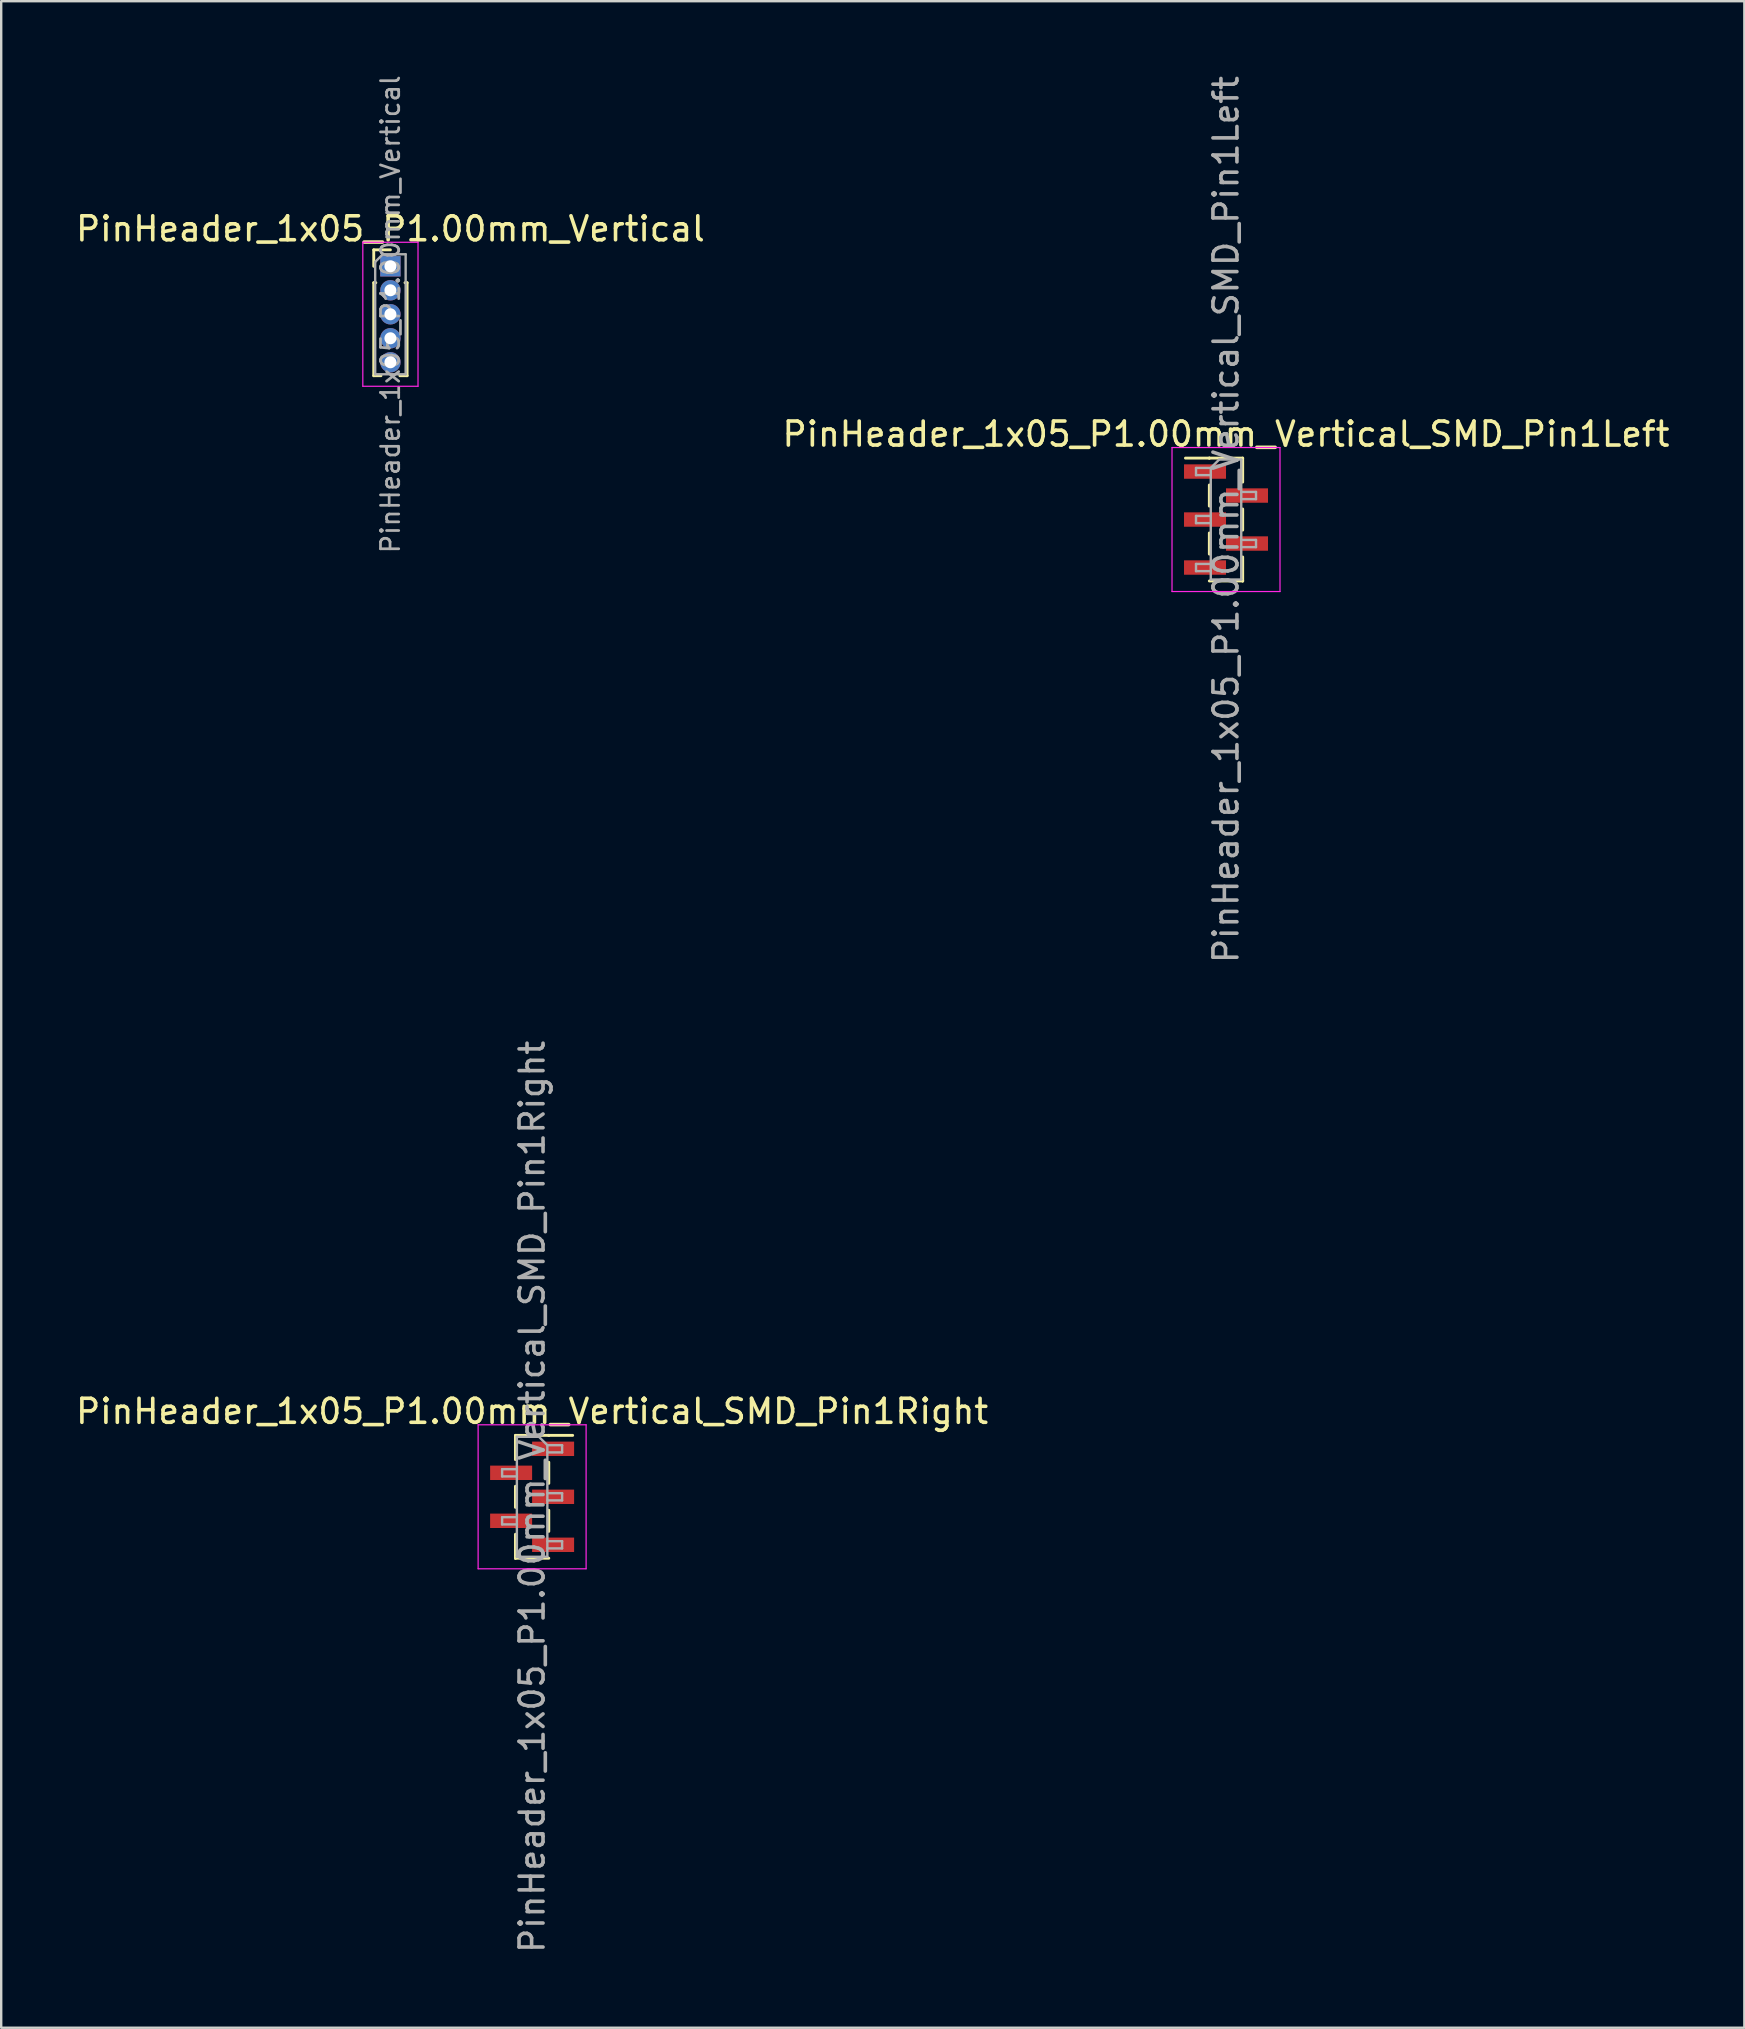
<source format=kicad_pcb>
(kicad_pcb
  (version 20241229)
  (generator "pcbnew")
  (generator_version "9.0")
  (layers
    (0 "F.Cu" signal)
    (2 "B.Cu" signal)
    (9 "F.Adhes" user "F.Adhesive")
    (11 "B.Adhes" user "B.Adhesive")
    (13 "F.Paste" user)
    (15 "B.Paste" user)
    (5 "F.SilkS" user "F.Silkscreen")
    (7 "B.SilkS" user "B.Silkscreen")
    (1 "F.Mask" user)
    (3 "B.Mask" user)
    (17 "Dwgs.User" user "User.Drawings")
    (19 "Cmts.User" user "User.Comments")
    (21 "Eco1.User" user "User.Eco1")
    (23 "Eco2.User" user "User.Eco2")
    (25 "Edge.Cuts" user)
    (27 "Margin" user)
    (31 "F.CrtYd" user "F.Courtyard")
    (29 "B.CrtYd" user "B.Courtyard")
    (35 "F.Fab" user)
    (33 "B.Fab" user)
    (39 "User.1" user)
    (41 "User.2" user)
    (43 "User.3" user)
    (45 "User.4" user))
  (footprint "PinHeader_1x05_P1.00mm_Vertical_SMD_Pin1Left"
    (layer "F.Cu")
    (at 48.042 18.601)
    (property "Reference" "PinHeader_1x05_P1.00mm_Vertical_SMD_Pin1Left" (at 0 -3.56 0) (layer "F.SilkS") (effects (font (size 1 1) (thickness 0.15))))
    (attr smd)
    (fp_line (start -0.695 -2.56) (end -1.69 -2.56) (stroke (width 0.12) (type solid)) (layer "F.SilkS"))
    (fp_line (start -0.695 -2.56) (end -0.695 -2.56) (stroke (width 0.12) (type solid)) (layer "F.SilkS"))
    (fp_line (start -0.695 -2.56) (end 0.695 -2.56) (stroke (width 0.12) (type solid)) (layer "F.SilkS"))
    (fp_line (start -0.695 -1.44) (end -0.695 -0.56) (stroke (width 0.12) (type solid)) (layer "F.SilkS"))
    (fp_line (start -0.695 0.56) (end -0.695 1.44) (stroke (width 0.12) (type solid)) (layer "F.SilkS"))
    (fp_line (start -0.695 2.56) (end 0.695 2.56) (stroke (width 0.12) (type solid)) (layer "F.SilkS"))
    (fp_line (start 0.695 -2.56) (end 0.695 -1.56) (stroke (width 0.12) (type solid)) (layer "F.SilkS"))
    (fp_line (start 0.695 -0.44) (end 0.695 0.44) (stroke (width 0.12) (type solid)) (layer "F.SilkS"))
    (fp_line (start 0.695 1.56) (end 0.695 2.56) (stroke (width 0.12) (type solid)) (layer "F.SilkS"))
    (fp_line (start 0.695 2.56) (end 0.695 2.56) (stroke (width 0.12) (type solid)) (layer "F.SilkS"))
    (fp_line (start -2.25 -3) (end -2.25 3) (stroke (width 0.05) (type solid)) (layer "F.CrtYd"))
    (fp_line (start -2.25 3) (end 2.25 3) (stroke (width 0.05) (type solid)) (layer "F.CrtYd"))
    (fp_line (start 2.25 -3) (end -2.25 -3) (stroke (width 0.05) (type solid)) (layer "F.CrtYd"))
    (fp_line (start 2.25 3) (end 2.25 -3) (stroke (width 0.05) (type solid)) (layer "F.CrtYd"))
    (fp_line (start -1.25 -2.15) (end -1.25 -1.85) (stroke (width 0.1) (type solid)) (layer "F.Fab"))
    (fp_line (start -1.25 -1.85) (end -0.635 -1.85) (stroke (width 0.1) (type solid)) (layer "F.Fab"))
    (fp_line (start -1.25 -0.15) (end -1.25 0.15) (stroke (width 0.1) (type solid)) (layer "F.Fab"))
    (fp_line (start -1.25 0.15) (end -0.635 0.15) (stroke (width 0.1) (type solid)) (layer "F.Fab"))
    (fp_line (start -1.25 1.85) (end -1.25 2.15) (stroke (width 0.1) (type solid)) (layer "F.Fab"))
    (fp_line (start -1.25 2.15) (end -0.635 2.15) (stroke (width 0.1) (type solid)) (layer "F.Fab"))
    (fp_line (start -0.635 -2.15) (end -1.25 -2.15) (stroke (width 0.1) (type solid)) (layer "F.Fab"))
    (fp_line (start -0.635 -2.15) (end -0.285 -2.5) (stroke (width 0.1) (type solid)) (layer "F.Fab"))
    (fp_line (start -0.635 -0.15) (end -1.25 -0.15) (stroke (width 0.1) (type solid)) (layer "F.Fab"))
    (fp_line (start -0.635 1.85) (end -1.25 1.85) (stroke (width 0.1) (type solid)) (layer "F.Fab"))
    (fp_line (start -0.635 2.5) (end -0.635 -2.15) (stroke (width 0.1) (type solid)) (layer "F.Fab"))
    (fp_line (start -0.285 -2.5) (end 0.635 -2.5) (stroke (width 0.1) (type solid)) (layer "F.Fab"))
    (fp_line (start 0.635 -2.5) (end 0.635 2.5) (stroke (width 0.1) (type solid)) (layer "F.Fab"))
    (fp_line (start 0.635 -1.15) (end 1.25 -1.15) (stroke (width 0.1) (type solid)) (layer "F.Fab"))
    (fp_line (start 0.635 0.85) (end 1.25 0.85) (stroke (width 0.1) (type solid)) (layer "F.Fab"))
    (fp_line (start 0.635 2.5) (end -0.635 2.5) (stroke (width 0.1) (type solid)) (layer "F.Fab"))
    (fp_line (start 1.25 -1.15) (end 1.25 -0.85) (stroke (width 0.1) (type solid)) (layer "F.Fab"))
    (fp_line (start 1.25 -0.85) (end 0.635 -0.85) (stroke (width 0.1) (type solid)) (layer "F.Fab"))
    (fp_line (start 1.25 0.85) (end 1.25 1.15) (stroke (width 0.1) (type solid)) (layer "F.Fab"))
    (fp_line (start 1.25 1.15) (end 0.635 1.15) (stroke (width 0.1) (type solid)) (layer "F.Fab"))
    (fp_text user "${REFERENCE}" (at 0 0 90) (layer "F.Fab") (effects (font (size 1 1) (thickness 0.15))))
    (pad "1" smd rect (at -0.875 -2) (size 1.75 0.6) (layers "F.Cu" "F.Mask" "F.Paste"))
    (pad "2" smd rect (at 0.875 -1) (size 1.75 0.6) (layers "F.Cu" "F.Mask" "F.Paste"))
    (pad "3" smd rect (at -0.875 0) (size 1.75 0.6) (layers "F.Cu" "F.Mask" "F.Paste"))
    (pad "4" smd rect (at 0.875 1) (size 1.75 0.6) (layers "F.Cu" "F.Mask" "F.Paste"))
    (pad "5" smd rect (at -0.875 2) (size 1.75 0.6) (layers "F.Cu" "F.Mask" "F.Paste")))
  (footprint "PinHeader_1x05_P1.00mm_Vertical"
    (layer "F.Cu")
    (at 13.22 8.047)
    (property "Reference" "PinHeader_1x05_P1.00mm_Vertical" (at 0 -1.56 0) (layer "F.SilkS") (effects (font (size 1 1) (thickness 0.15))))
    (attr through_hole)
    (fp_line (start -0.695 -0.685) (end 0 -0.685) (stroke (width 0.12) (type solid)) (layer "F.SilkS"))
    (fp_line (start -0.695 0) (end -0.695 -0.685) (stroke (width 0.12) (type solid)) (layer "F.SilkS"))
    (fp_line (start -0.695 0.685) (end -0.695 4.56) (stroke (width 0.12) (type solid)) (layer "F.SilkS"))
    (fp_line (start -0.695 0.685) (end -0.608 0.685) (stroke (width 0.12) (type solid)) (layer "F.SilkS"))
    (fp_line (start -0.695 4.56) (end -0.394 4.56) (stroke (width 0.12) (type solid)) (layer "F.SilkS"))
    (fp_line (start 0.394 4.56) (end 0.695 4.56) (stroke (width 0.12) (type solid)) (layer "F.SilkS"))
    (fp_line (start 0.608 0.685) (end 0.695 0.685) (stroke (width 0.12) (type solid)) (layer "F.SilkS"))
    (fp_line (start 0.695 0.685) (end 0.695 4.56) (stroke (width 0.12) (type solid)) (layer "F.SilkS"))
    (fp_line (start -1.15 -1) (end -1.15 5) (stroke (width 0.05) (type solid)) (layer "F.CrtYd"))
    (fp_line (start -1.15 5) (end 1.15 5) (stroke (width 0.05) (type solid)) (layer "F.CrtYd"))
    (fp_line (start 1.15 -1) (end -1.15 -1) (stroke (width 0.05) (type solid)) (layer "F.CrtYd"))
    (fp_line (start 1.15 5) (end 1.15 -1) (stroke (width 0.05) (type solid)) (layer "F.CrtYd"))
    (fp_line (start -0.635 -0.182) (end -0.318 -0.5) (stroke (width 0.1) (type solid)) (layer "F.Fab"))
    (fp_line (start -0.635 4.5) (end -0.635 -0.182) (stroke (width 0.1) (type solid)) (layer "F.Fab"))
    (fp_line (start -0.318 -0.5) (end 0.635 -0.5) (stroke (width 0.1) (type solid)) (layer "F.Fab"))
    (fp_line (start 0.635 -0.5) (end 0.635 4.5) (stroke (width 0.1) (type solid)) (layer "F.Fab"))
    (fp_line (start 0.635 4.5) (end -0.635 4.5) (stroke (width 0.1) (type solid)) (layer "F.Fab"))
    (fp_text user "${REFERENCE}" (at 0 2 90) (layer "F.Fab") (effects (font (size 0.76 0.76) (thickness 0.114))))
    (pad "1" thru_hole rect (at 0 0) (size 0.85 0.85) (drill 0.5) (layers "*.Cu" "*.Mask"))
    (pad "2" thru_hole oval (at 0 1) (size 0.85 0.85) (drill 0.5) (layers "*.Cu" "*.Mask"))
    (pad "3" thru_hole oval (at 0 2) (size 0.85 0.85) (drill 0.5) (layers "*.Cu" "*.Mask"))
    (pad "4" thru_hole oval (at 0 3) (size 0.85 0.85) (drill 0.5) (layers "*.Cu" "*.Mask"))
    (pad "5" thru_hole oval (at 0 4) (size 0.85 0.85) (drill 0.5) (layers "*.Cu" "*.Mask")))
  (footprint "PinHeader_1x05_P1.00mm_Vertical_SMD_Pin1Right"
    (layer "F.Cu")
    (at 19.125 59.327)
    (property "Reference" "PinHeader_1x05_P1.00mm_Vertical_SMD_Pin1Right" (at 0 -3.56 0) (layer "F.SilkS") (effects (font (size 1 1) (thickness 0.15))))
    (attr smd)
    (fp_line (start -0.695 -2.56) (end -0.695 -1.56) (stroke (width 0.12) (type solid)) (layer "F.SilkS"))
    (fp_line (start -0.695 -2.56) (end 0.695 -2.56) (stroke (width 0.12) (type solid)) (layer "F.SilkS"))
    (fp_line (start -0.695 -2.44) (end -0.695 -1.56) (stroke (width 0.12) (type solid)) (layer "F.SilkS"))
    (fp_line (start -0.695 -0.44) (end -0.695 0.44) (stroke (width 0.12) (type solid)) (layer "F.SilkS"))
    (fp_line (start -0.695 1.56) (end -0.695 2.56) (stroke (width 0.12) (type solid)) (layer "F.SilkS"))
    (fp_line (start -0.695 2.56) (end -0.695 2.56) (stroke (width 0.12) (type solid)) (layer "F.SilkS"))
    (fp_line (start -0.695 2.56) (end 0.695 2.56) (stroke (width 0.12) (type solid)) (layer "F.SilkS"))
    (fp_line (start 0.695 -2.56) (end 0.695 -2.56) (stroke (width 0.12) (type solid)) (layer "F.SilkS"))
    (fp_line (start 0.695 -2.56) (end 1.69 -2.56) (stroke (width 0.12) (type solid)) (layer "F.SilkS"))
    (fp_line (start 0.695 -1.44) (end 0.695 -0.56) (stroke (width 0.12) (type solid)) (layer "F.SilkS"))
    (fp_line (start 0.695 0.56) (end 0.695 1.44) (stroke (width 0.12) (type solid)) (layer "F.SilkS"))
    (fp_line (start -2.25 -3) (end -2.25 3) (stroke (width 0.05) (type solid)) (layer "F.CrtYd"))
    (fp_line (start -2.25 3) (end 2.25 3) (stroke (width 0.05) (type solid)) (layer "F.CrtYd"))
    (fp_line (start 2.25 -3) (end -2.25 -3) (stroke (width 0.05) (type solid)) (layer "F.CrtYd"))
    (fp_line (start 2.25 3) (end 2.25 -3) (stroke (width 0.05) (type solid)) (layer "F.CrtYd"))
    (fp_line (start -1.25 -1.15) (end -1.25 -0.85) (stroke (width 0.1) (type solid)) (layer "F.Fab"))
    (fp_line (start -1.25 -0.85) (end -0.635 -0.85) (stroke (width 0.1) (type solid)) (layer "F.Fab"))
    (fp_line (start -1.25 0.85) (end -1.25 1.15) (stroke (width 0.1) (type solid)) (layer "F.Fab"))
    (fp_line (start -1.25 1.15) (end -0.635 1.15) (stroke (width 0.1) (type solid)) (layer "F.Fab"))
    (fp_line (start -0.635 -2.5) (end -0.635 2.5) (stroke (width 0.1) (type solid)) (layer "F.Fab"))
    (fp_line (start -0.635 -2.5) (end 0.285 -2.5) (stroke (width 0.1) (type solid)) (layer "F.Fab"))
    (fp_line (start -0.635 -1.15) (end -1.25 -1.15) (stroke (width 0.1) (type solid)) (layer "F.Fab"))
    (fp_line (start -0.635 0.85) (end -1.25 0.85) (stroke (width 0.1) (type solid)) (layer "F.Fab"))
    (fp_line (start 0.635 -2.15) (end 0.285 -2.5) (stroke (width 0.1) (type solid)) (layer "F.Fab"))
    (fp_line (start 0.635 -2.15) (end 1.25 -2.15) (stroke (width 0.1) (type solid)) (layer "F.Fab"))
    (fp_line (start 0.635 -0.15) (end 1.25 -0.15) (stroke (width 0.1) (type solid)) (layer "F.Fab"))
    (fp_line (start 0.635 1.85) (end 1.25 1.85) (stroke (width 0.1) (type solid)) (layer "F.Fab"))
    (fp_line (start 0.635 2.5) (end -0.635 2.5) (stroke (width 0.1) (type solid)) (layer "F.Fab"))
    (fp_line (start 0.635 2.5) (end 0.635 -2.15) (stroke (width 0.1) (type solid)) (layer "F.Fab"))
    (fp_line (start 1.25 -2.15) (end 1.25 -1.85) (stroke (width 0.1) (type solid)) (layer "F.Fab"))
    (fp_line (start 1.25 -1.85) (end 0.635 -1.85) (stroke (width 0.1) (type solid)) (layer "F.Fab"))
    (fp_line (start 1.25 -0.15) (end 1.25 0.15) (stroke (width 0.1) (type solid)) (layer "F.Fab"))
    (fp_line (start 1.25 0.15) (end 0.635 0.15) (stroke (width 0.1) (type solid)) (layer "F.Fab"))
    (fp_line (start 1.25 1.85) (end 1.25 2.15) (stroke (width 0.1) (type solid)) (layer "F.Fab"))
    (fp_line (start 1.25 2.15) (end 0.635 2.15) (stroke (width 0.1) (type solid)) (layer "F.Fab"))
    (fp_text user "${REFERENCE}" (at 0 0 90) (layer "F.Fab") (effects (font (size 1 1) (thickness 0.15))))
    (pad "1" smd rect (at 0.875 -2) (size 1.75 0.6) (layers "F.Cu" "F.Mask" "F.Paste"))
    (pad "2" smd rect (at -0.875 -1) (size 1.75 0.6) (layers "F.Cu" "F.Mask" "F.Paste"))
    (pad "3" smd rect (at 0.875 0) (size 1.75 0.6) (layers "F.Cu" "F.Mask" "F.Paste"))
    (pad "4" smd rect (at -0.875 1) (size 1.75 0.6) (layers "F.Cu" "F.Mask" "F.Paste"))
    (pad "5" smd rect (at 0.875 2) (size 1.75 0.6) (layers "F.Cu" "F.Mask" "F.Paste")))
  (gr_rect
    (start -3 -3)
    (end 69.643 81.452)
    (stroke (width 0.1) (type default))
    (fill no)
    (layer "Edge.Cuts")))
</source>
